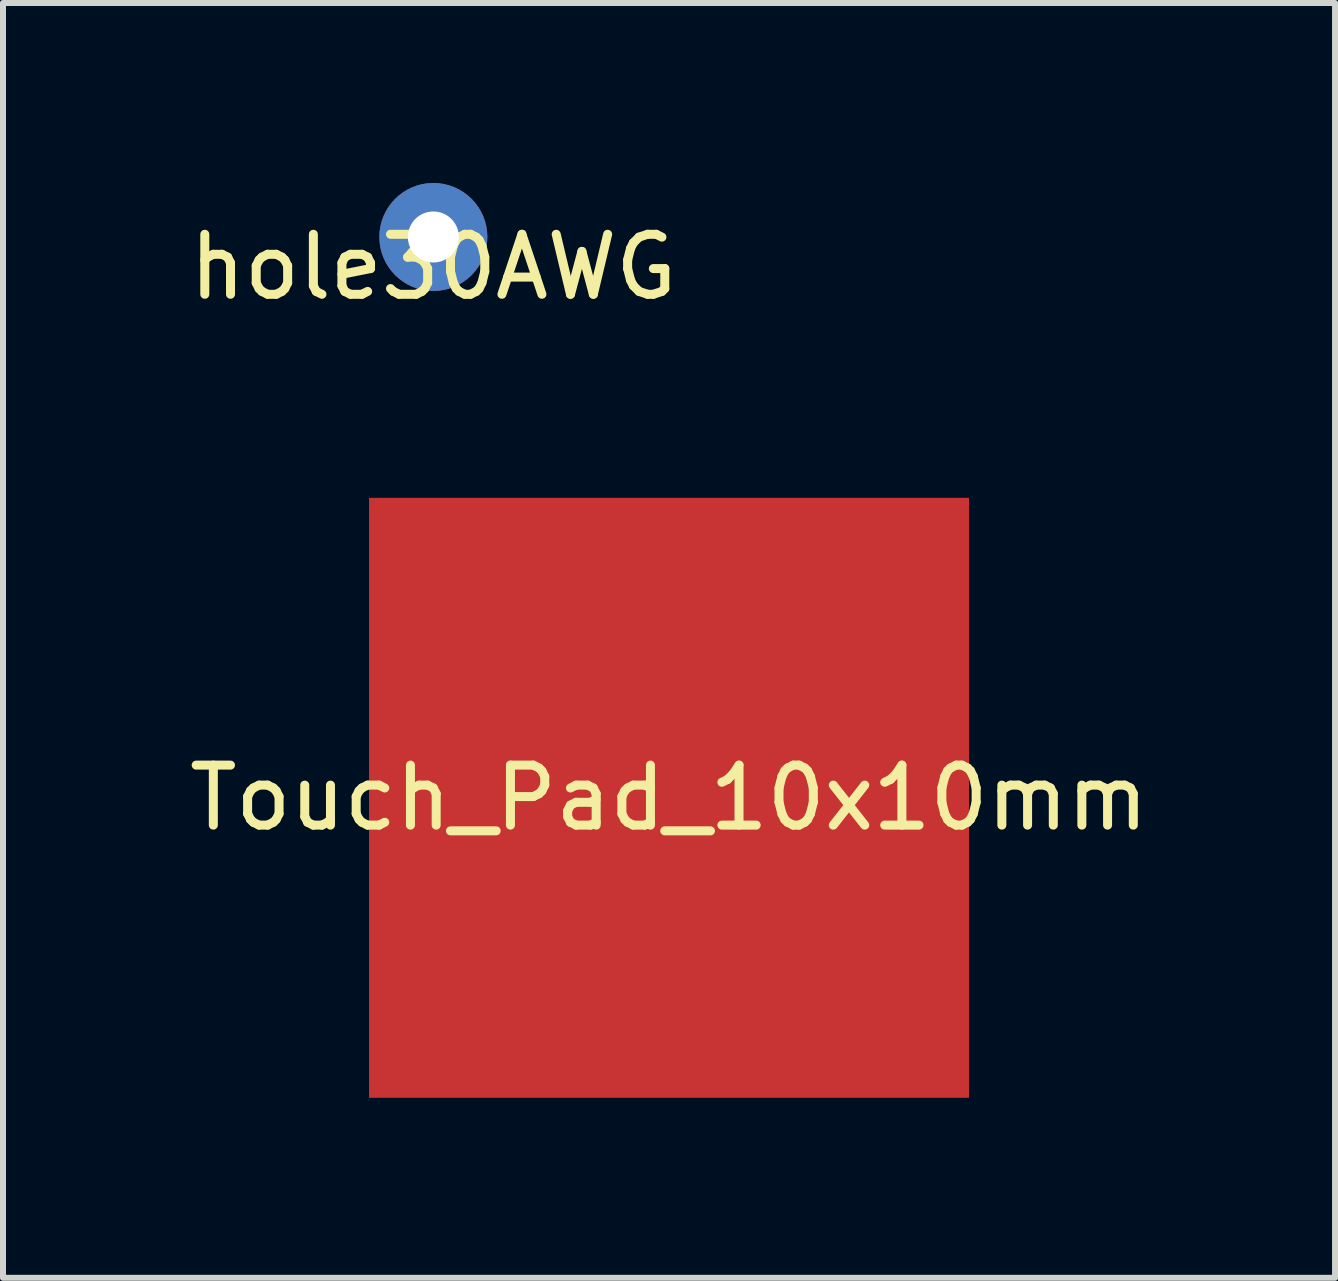
<source format=kicad_pcb>
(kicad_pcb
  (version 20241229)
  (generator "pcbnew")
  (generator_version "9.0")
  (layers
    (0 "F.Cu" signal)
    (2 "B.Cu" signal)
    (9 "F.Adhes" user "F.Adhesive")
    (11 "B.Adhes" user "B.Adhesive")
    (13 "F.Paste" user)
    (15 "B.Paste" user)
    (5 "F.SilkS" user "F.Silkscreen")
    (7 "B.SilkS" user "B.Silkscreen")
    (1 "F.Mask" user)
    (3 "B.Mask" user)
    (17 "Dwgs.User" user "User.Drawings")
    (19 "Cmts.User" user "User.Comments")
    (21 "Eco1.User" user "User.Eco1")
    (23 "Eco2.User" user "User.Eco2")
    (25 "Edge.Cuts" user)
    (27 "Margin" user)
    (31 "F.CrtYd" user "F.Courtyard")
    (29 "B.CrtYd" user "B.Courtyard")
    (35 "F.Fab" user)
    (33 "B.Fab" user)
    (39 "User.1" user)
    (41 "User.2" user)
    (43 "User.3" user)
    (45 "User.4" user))
  (footprint "Touch_Pad_10x10mm"
    (layer "F.Cu")
    (at 8.101 10.248)
    (property "Reference" "Touch_Pad_10x10mm" (at 0 0 0) (layer "F.SilkS") (effects (font (size 1 1) (thickness 0.15))))
    (attr exclude_from_pos_files exclude_from_bom)
    (pad "1" smd rect (at 0 0) (size 10 10) (layers "F.Cu" "F.Mask")))
  (footprint "hole30AWG"
    (layer "F.Cu")
    (at 4.173 0.9)
    (property "Reference" "hole30AWG" (at 0 0.5 0) (layer "F.SilkS") (effects (font (size 1 1) (thickness 0.15))))
    (attr through_hole)
    (pad "1" thru_hole circle (at 0 0) (size 1.8 1.8) (drill 0.85) (layers "*.Cu" "*.Mask")))
  (gr_rect
    (start -3 -3)
    (end 19.202 18.248)
    (stroke (width 0.1) (type default))
    (fill no)
    (layer "Edge.Cuts")))
</source>
